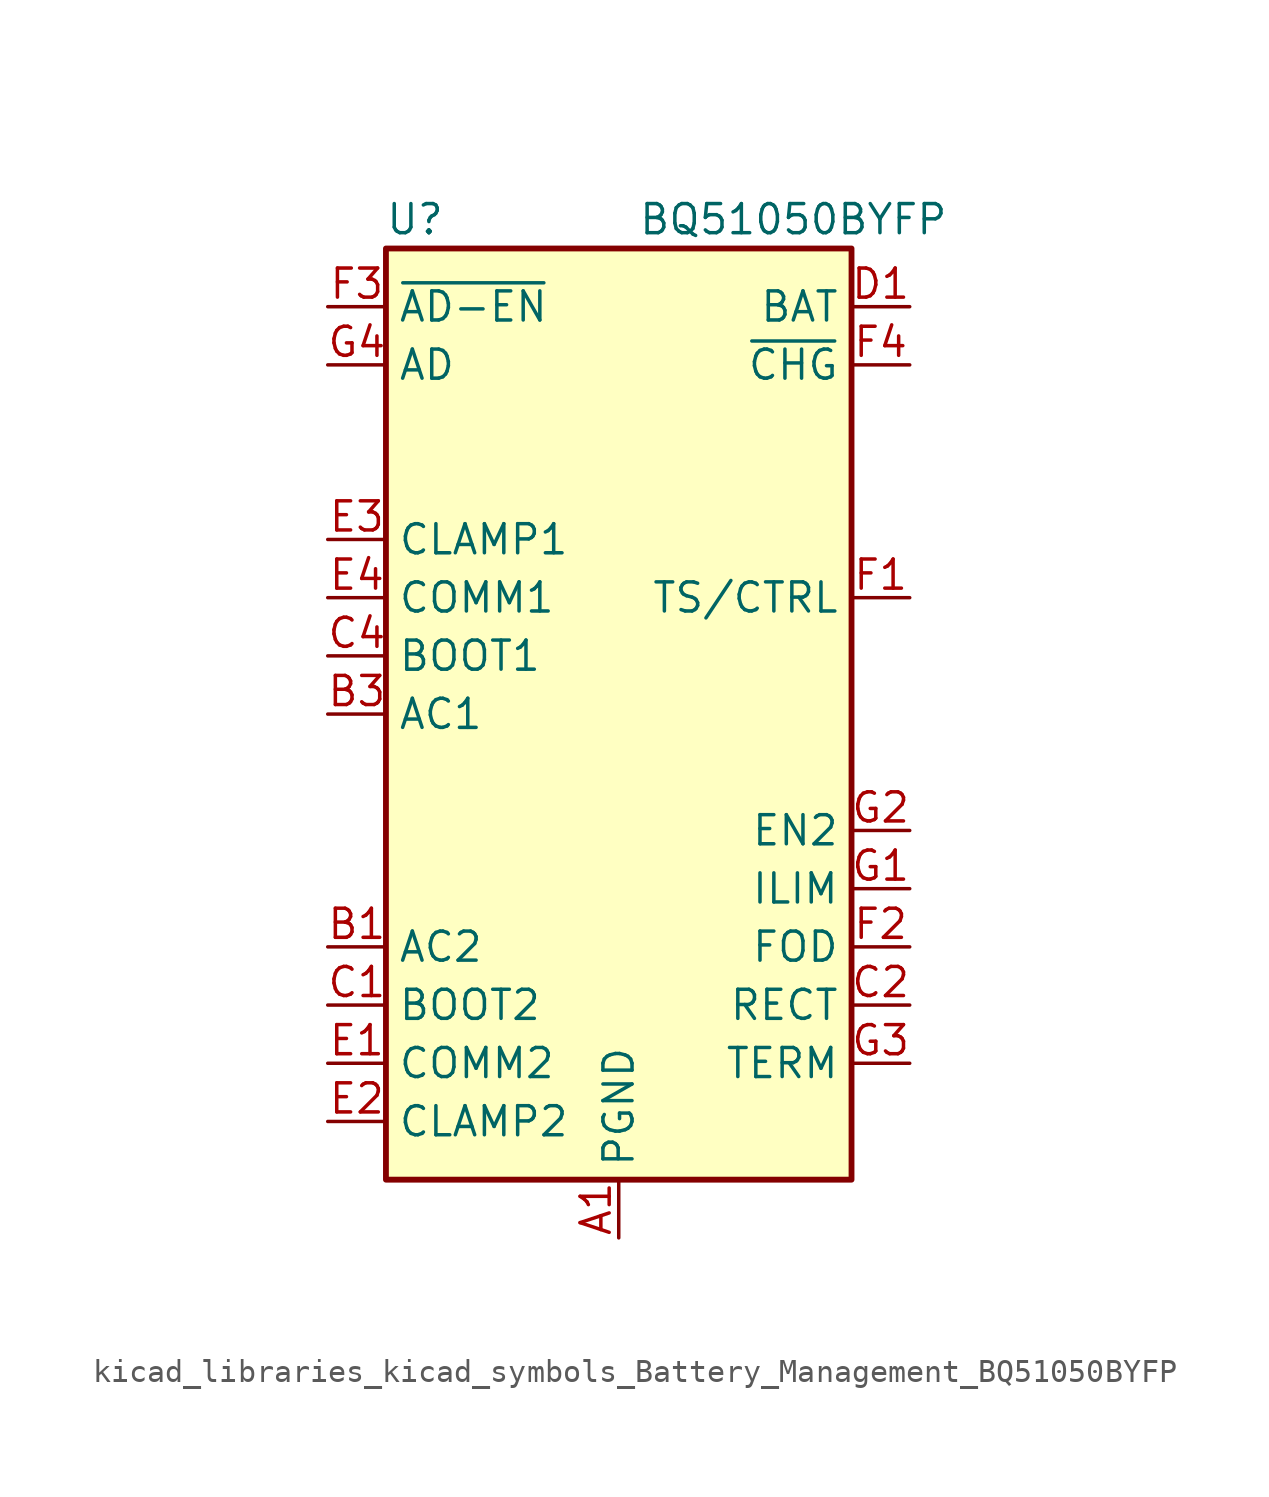
<source format=kicad_sym>
(kicad_symbol_lib
  (version 20220914)
  (generator kicad_symbol_editor)
  (symbol "kicad_libraries_kicad_symbols_Battery_Management_BQ51050BYFP"
    (property "Reference" "U"
      (at -8.89 21.59 0)
      (effects (font (size 1.27 1.27))))
    (property "Value" "BQ51050BYFP"
      (at 7.62 21.59 0)
      (effects (font (size 1.27 1.27))))
    (symbol "kicad_libraries_kicad_symbols_Battery_Management_BQ51050BYFP_0_1"
      (rectangle (start -10.16 -20.32) (end 10.16 20.32) (stroke (width 0.254) (type default)) (fill (type background))))
    (symbol "kicad_libraries_kicad_symbols_Battery_Management_BQ51050BYFP_1_1"
      (pin power_in line (at 0 -22.86 90) (length 2.54) (name "PGND" (effects (font (size 1.27 1.27)))) (number "A1" (effects (font (size 1.27 1.27)))))
      (pin passive line (at 0 -22.86 90) (length 2.54) hide (name "PGND" (effects (font (size 1.27 1.27)))) (number "A2" (effects (font (size 1.27 1.27)))))
      (pin passive line (at 0 -22.86 90) (length 2.54) hide (name "PGND" (effects (font (size 1.27 1.27)))) (number "A3" (effects (font (size 1.27 1.27)))))
      (pin passive line (at 0 -22.86 90) (length 2.54) hide (name "PGND" (effects (font (size 1.27 1.27)))) (number "A4" (effects (font (size 1.27 1.27)))))
      (pin input line (at -12.7 -10.16 0) (length 2.54) (name "AC2" (effects (font (size 1.27 1.27)))) (number "B1" (effects (font (size 1.27 1.27)))))
      (pin input line (at -12.7 -10.16 0) (length 2.54) hide (name "AC2" (effects (font (size 1.27 1.27)))) (number "B2" (effects (font (size 1.27 1.27)))))
      (pin input line (at -12.7 0 0) (length 2.54) (name "AC1" (effects (font (size 1.27 1.27)))) (number "B3" (effects (font (size 1.27 1.27)))))
      (pin input line (at -12.7 0 0) (length 2.54) hide (name "AC1" (effects (font (size 1.27 1.27)))) (number "B4" (effects (font (size 1.27 1.27)))))
      (pin passive line (at -12.7 -12.7 0) (length 2.54) (name "BOOT2" (effects (font (size 1.27 1.27)))) (number "C1" (effects (font (size 1.27 1.27)))))
      (pin passive line (at 12.7 -12.7 180) (length 2.54) (name "RECT" (effects (font (size 1.27 1.27)))) (number "C2" (effects (font (size 1.27 1.27)))))
      (pin passive line (at 12.7 -12.7 180) (length 2.54) hide (name "RECT" (effects (font (size 1.27 1.27)))) (number "C3" (effects (font (size 1.27 1.27)))))
      (pin passive line (at -12.7 2.54 0) (length 2.54) (name "BOOT1" (effects (font (size 1.27 1.27)))) (number "C4" (effects (font (size 1.27 1.27)))))
      (pin power_out line (at 12.7 17.78 180) (length 2.54) (name "BAT" (effects (font (size 1.27 1.27)))) (number "D1" (effects (font (size 1.27 1.27)))))
      (pin passive line (at 12.7 17.78 180) (length 2.54) hide (name "BAT" (effects (font (size 1.27 1.27)))) (number "D2" (effects (font (size 1.27 1.27)))))
      (pin passive line (at 12.7 17.78 180) (length 2.54) hide (name "BAT" (effects (font (size 1.27 1.27)))) (number "D3" (effects (font (size 1.27 1.27)))))
      (pin passive line (at 12.7 17.78 180) (length 2.54) hide (name "BAT" (effects (font (size 1.27 1.27)))) (number "D4" (effects (font (size 1.27 1.27)))))
      (pin open_collector line (at -12.7 -15.24 0) (length 2.54) (name "COMM2" (effects (font (size 1.27 1.27)))) (number "E1" (effects (font (size 1.27 1.27)))))
      (pin open_collector line (at -12.7 -17.78 0) (length 2.54) (name "CLAMP2" (effects (font (size 1.27 1.27)))) (number "E2" (effects (font (size 1.27 1.27)))))
      (pin open_collector line (at -12.7 7.62 0) (length 2.54) (name "CLAMP1" (effects (font (size 1.27 1.27)))) (number "E3" (effects (font (size 1.27 1.27)))))
      (pin open_collector line (at -12.7 5.08 0) (length 2.54) (name "COMM1" (effects (font (size 1.27 1.27)))) (number "E4" (effects (font (size 1.27 1.27)))))
      (pin input line (at 12.7 5.08 180) (length 2.54) (name "TS/CTRL" (effects (font (size 1.27 1.27)))) (number "F1" (effects (font (size 1.27 1.27)))))
      (pin input line (at 12.7 -10.16 180) (length 2.54) (name "FOD" (effects (font (size 1.27 1.27)))) (number "F2" (effects (font (size 1.27 1.27)))))
      (pin output line (at -12.7 17.78 0) (length 2.54) (name "~{AD-EN}" (effects (font (size 1.27 1.27)))) (number "F3" (effects (font (size 1.27 1.27)))))
      (pin open_collector line (at 12.7 15.24 180) (length 2.54) (name "~{CHG}" (effects (font (size 1.27 1.27)))) (number "F4" (effects (font (size 1.27 1.27)))))
      (pin passive line (at 12.7 -7.62 180) (length 2.54) (name "ILIM" (effects (font (size 1.27 1.27)))) (number "G1" (effects (font (size 1.27 1.27)))))
      (pin input line (at 12.7 -5.08 180) (length 2.54) (name "EN2" (effects (font (size 1.27 1.27)))) (number "G2" (effects (font (size 1.27 1.27)))))
      (pin input line (at 12.7 -15.24 180) (length 2.54) (name "TERM" (effects (font (size 1.27 1.27)))) (number "G3" (effects (font (size 1.27 1.27)))))
      (pin input line (at -12.7 15.24 0) (length 2.54) (name "AD" (effects (font (size 1.27 1.27)))) (number "G4" (effects (font (size 1.27 1.27))))))))
</source>
